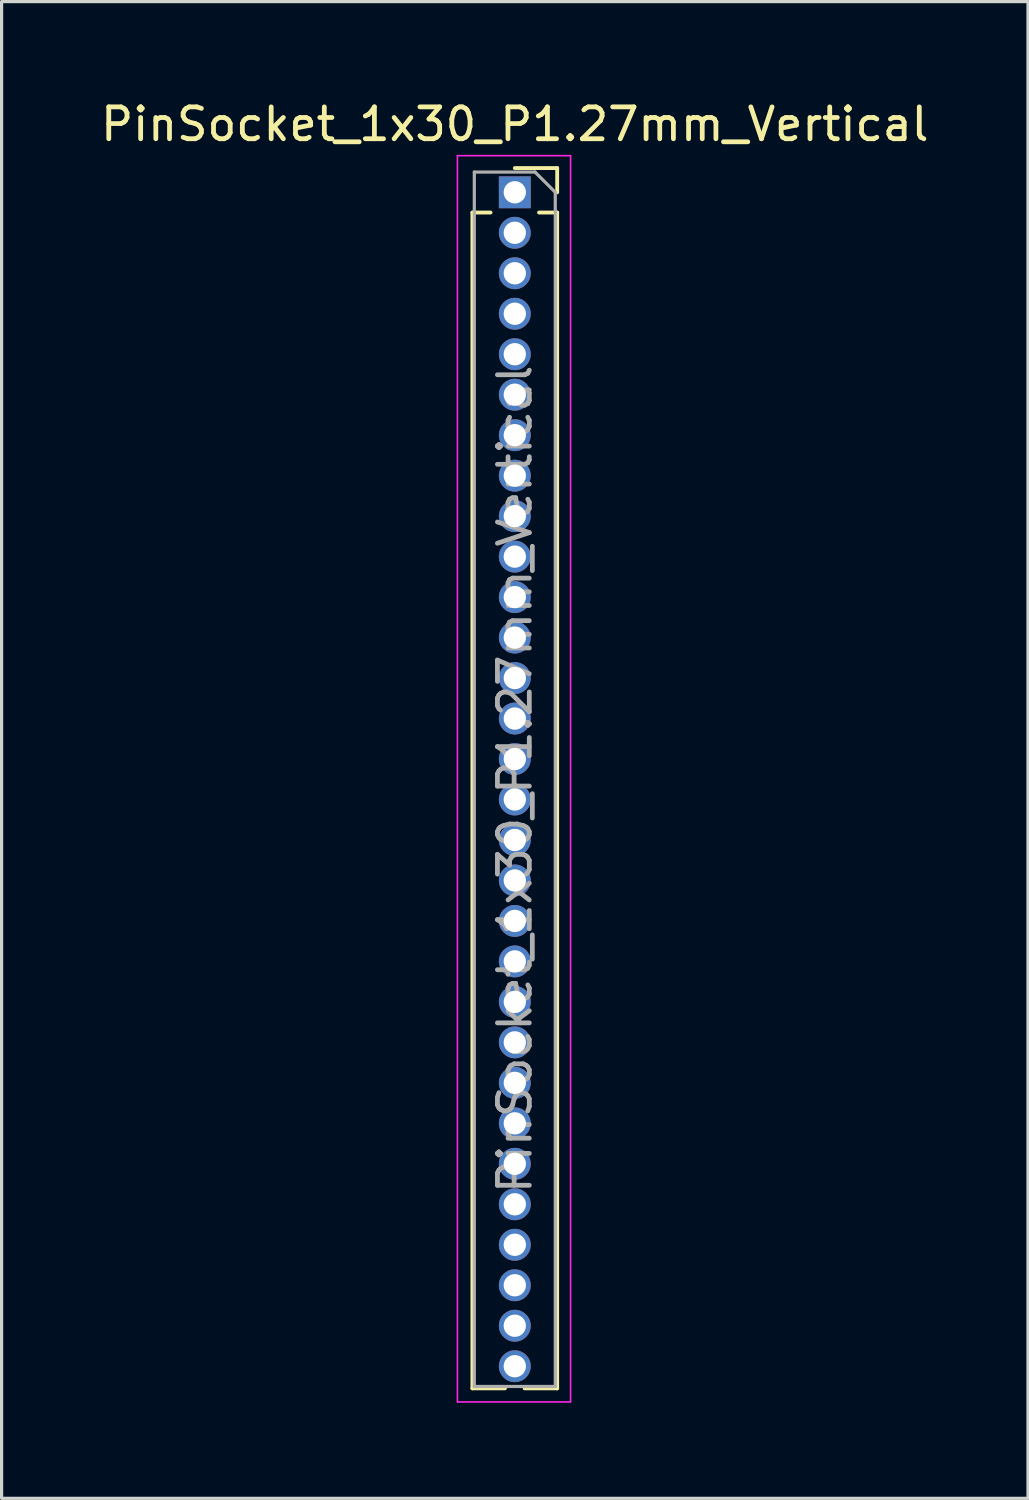
<source format=kicad_pcb>
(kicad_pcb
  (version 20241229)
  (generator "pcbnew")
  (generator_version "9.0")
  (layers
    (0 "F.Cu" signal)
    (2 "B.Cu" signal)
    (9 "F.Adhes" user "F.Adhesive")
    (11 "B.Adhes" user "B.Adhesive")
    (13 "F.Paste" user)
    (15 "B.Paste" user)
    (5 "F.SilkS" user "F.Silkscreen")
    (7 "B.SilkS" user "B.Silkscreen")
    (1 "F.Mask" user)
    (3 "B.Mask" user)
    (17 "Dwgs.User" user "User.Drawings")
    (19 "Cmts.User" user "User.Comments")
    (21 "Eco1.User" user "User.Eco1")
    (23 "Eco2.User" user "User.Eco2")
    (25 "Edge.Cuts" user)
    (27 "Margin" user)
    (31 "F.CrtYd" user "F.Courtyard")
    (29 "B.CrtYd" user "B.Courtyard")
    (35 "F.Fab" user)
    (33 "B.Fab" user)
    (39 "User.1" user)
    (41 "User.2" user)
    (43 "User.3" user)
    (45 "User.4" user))
  (footprint "PinSocket_1x30_P1.27mm_Vertical"
    (layer "F.Cu")
    (at 13.101 2.983)
    (property "Reference" "PinSocket_1x30_P1.27mm_Vertical" (at 0 -2.135 0) (layer "F.SilkS") (effects (font (size 1 1) (thickness 0.15))))
    (attr through_hole)
    (fp_line (start -1.33 0.635) (end -1.33 37.525) (stroke (width 0.12) (type solid)) (layer "F.SilkS"))
    (fp_line (start -1.33 0.635) (end -0.76 0.635) (stroke (width 0.12) (type solid)) (layer "F.SilkS"))
    (fp_line (start -1.33 37.525) (end -0.308 37.525) (stroke (width 0.12) (type solid)) (layer "F.SilkS"))
    (fp_line (start 0 -0.76) (end 1.33 -0.76) (stroke (width 0.12) (type solid)) (layer "F.SilkS"))
    (fp_line (start 0.308 37.525) (end 1.33 37.525) (stroke (width 0.12) (type solid)) (layer "F.SilkS"))
    (fp_line (start 0.76 0.635) (end 1.33 0.635) (stroke (width 0.12) (type solid)) (layer "F.SilkS"))
    (fp_line (start 1.33 -0.76) (end 1.33 0) (stroke (width 0.12) (type solid)) (layer "F.SilkS"))
    (fp_line (start 1.33 0.635) (end 1.33 37.525) (stroke (width 0.12) (type solid)) (layer "F.SilkS"))
    (fp_line (start -1.8 -1.15) (end 1.75 -1.15) (stroke (width 0.05) (type solid)) (layer "F.CrtYd"))
    (fp_line (start -1.8 37.95) (end -1.8 -1.15) (stroke (width 0.05) (type solid)) (layer "F.CrtYd"))
    (fp_line (start 1.75 -1.15) (end 1.75 37.95) (stroke (width 0.05) (type solid)) (layer "F.CrtYd"))
    (fp_line (start 1.75 37.95) (end -1.8 37.95) (stroke (width 0.05) (type solid)) (layer "F.CrtYd"))
    (fp_line (start -1.27 -0.635) (end 0.635 -0.635) (stroke (width 0.1) (type solid)) (layer "F.Fab"))
    (fp_line (start -1.27 37.465) (end -1.27 -0.635) (stroke (width 0.1) (type solid)) (layer "F.Fab"))
    (fp_line (start 0.635 -0.635) (end 1.27 0) (stroke (width 0.1) (type solid)) (layer "F.Fab"))
    (fp_line (start 1.27 0) (end 1.27 37.465) (stroke (width 0.1) (type solid)) (layer "F.Fab"))
    (fp_line (start 1.27 37.465) (end -1.27 37.465) (stroke (width 0.1) (type solid)) (layer "F.Fab"))
    (fp_text user "${REFERENCE}" (at 0 18.415 90) (layer "F.Fab") (effects (font (size 1 1) (thickness 0.15))))
    (pad "1" thru_hole rect (at 0 0) (size 1 1) (drill 0.7) (layers "*.Cu" "*.Mask"))
    (pad "2" thru_hole circle (at 0 1.27) (size 1 1) (drill 0.7) (layers "*.Cu" "*.Mask"))
    (pad "3" thru_hole circle (at 0 2.54) (size 1 1) (drill 0.7) (layers "*.Cu" "*.Mask"))
    (pad "4" thru_hole circle (at 0 3.81) (size 1 1) (drill 0.7) (layers "*.Cu" "*.Mask"))
    (pad "5" thru_hole circle (at 0 5.08) (size 1 1) (drill 0.7) (layers "*.Cu" "*.Mask"))
    (pad "6" thru_hole circle (at 0 6.35) (size 1 1) (drill 0.7) (layers "*.Cu" "*.Mask"))
    (pad "7" thru_hole circle (at 0 7.62) (size 1 1) (drill 0.7) (layers "*.Cu" "*.Mask"))
    (pad "8" thru_hole circle (at 0 8.89) (size 1 1) (drill 0.7) (layers "*.Cu" "*.Mask"))
    (pad "9" thru_hole circle (at 0 10.16) (size 1 1) (drill 0.7) (layers "*.Cu" "*.Mask"))
    (pad "10" thru_hole circle (at 0 11.43) (size 1 1) (drill 0.7) (layers "*.Cu" "*.Mask"))
    (pad "11" thru_hole circle (at 0 12.7) (size 1 1) (drill 0.7) (layers "*.Cu" "*.Mask"))
    (pad "12" thru_hole circle (at 0 13.97) (size 1 1) (drill 0.7) (layers "*.Cu" "*.Mask"))
    (pad "13" thru_hole circle (at 0 15.24) (size 1 1) (drill 0.7) (layers "*.Cu" "*.Mask"))
    (pad "14" thru_hole circle (at 0 16.51) (size 1 1) (drill 0.7) (layers "*.Cu" "*.Mask"))
    (pad "15" thru_hole circle (at 0 17.78) (size 1 1) (drill 0.7) (layers "*.Cu" "*.Mask"))
    (pad "16" thru_hole circle (at 0 19.05) (size 1 1) (drill 0.7) (layers "*.Cu" "*.Mask"))
    (pad "17" thru_hole circle (at 0 20.32) (size 1 1) (drill 0.7) (layers "*.Cu" "*.Mask"))
    (pad "18" thru_hole circle (at 0 21.59) (size 1 1) (drill 0.7) (layers "*.Cu" "*.Mask"))
    (pad "19" thru_hole circle (at 0 22.86) (size 1 1) (drill 0.7) (layers "*.Cu" "*.Mask"))
    (pad "20" thru_hole circle (at 0 24.13) (size 1 1) (drill 0.7) (layers "*.Cu" "*.Mask"))
    (pad "21" thru_hole circle (at 0 25.4) (size 1 1) (drill 0.7) (layers "*.Cu" "*.Mask"))
    (pad "22" thru_hole circle (at 0 26.67) (size 1 1) (drill 0.7) (layers "*.Cu" "*.Mask"))
    (pad "23" thru_hole circle (at 0 27.94) (size 1 1) (drill 0.7) (layers "*.Cu" "*.Mask"))
    (pad "24" thru_hole circle (at 0 29.21) (size 1 1) (drill 0.7) (layers "*.Cu" "*.Mask"))
    (pad "25" thru_hole circle (at 0 30.48) (size 1 1) (drill 0.7) (layers "*.Cu" "*.Mask"))
    (pad "26" thru_hole circle (at 0 31.75) (size 1 1) (drill 0.7) (layers "*.Cu" "*.Mask"))
    (pad "27" thru_hole circle (at 0 33.02) (size 1 1) (drill 0.7) (layers "*.Cu" "*.Mask"))
    (pad "28" thru_hole circle (at 0 34.29) (size 1 1) (drill 0.7) (layers "*.Cu" "*.Mask"))
    (pad "29" thru_hole circle (at 0 35.56) (size 1 1) (drill 0.7) (layers "*.Cu" "*.Mask"))
    (pad "30" thru_hole circle (at 0 36.83) (size 1 1) (drill 0.7) (layers "*.Cu" "*.Mask")))
  (gr_rect
    (start -3 -3)
    (end 29.202 43.958)
    (stroke (width 0.1) (type default))
    (fill no)
    (layer "Edge.Cuts")))
</source>
